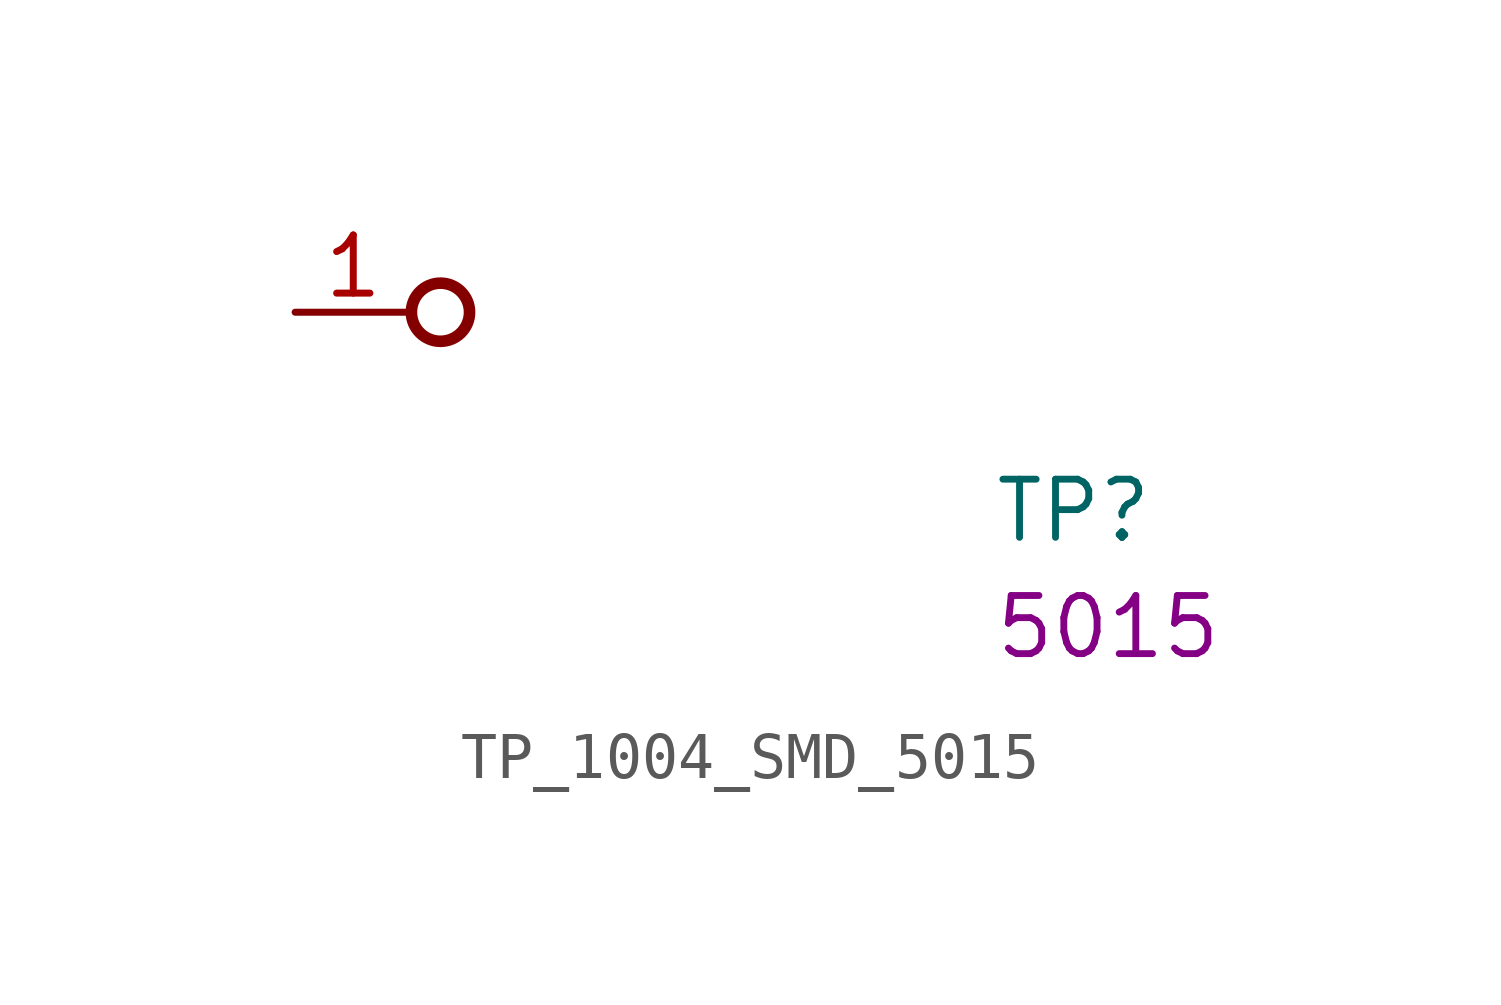
<source format=kicad_sym>
(kicad_symbol_lib
  (version 20220914)
  (generator kicad_symbol_editor)
  (symbol "TP_1004_SMD_5015"
    (pin_names hide)
    (property "Reference" "TP"
      (at 15.24 -5.08 0)
      (effects (font (size 1.27 1.27) (thickness 0.15)) (justify left bottom)))
    (property "MPN" "5015"
      (at 15.24 -7.62 0)
      (effects (font (size 1.27 1.27) (thickness 0.15)) (justify left bottom)))
    (symbol "TP_1004_SMD_5015_1_1"
      (circle (center 3.175 0) (radius 0.635) (stroke (width 0.254) (type default)) (fill (type none)))
      (pin passive line (at 0 0 0) (length 2.54) (name "1" (effects (font (size 1.27 1.27)))) (number "1" (effects (font (size 1.27 1.27))))))))
</source>
